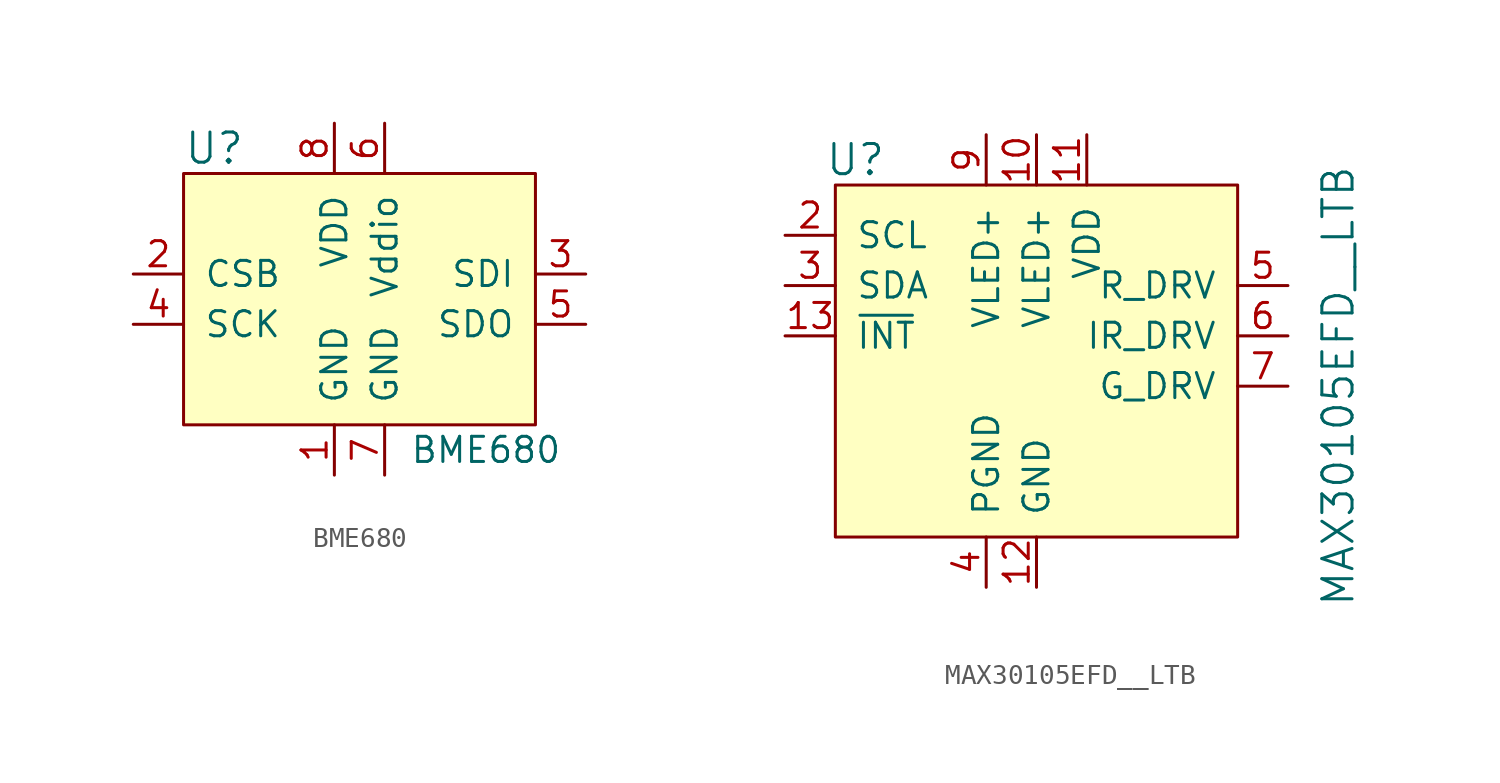
<source format=kicad_sym>
(kicad_symbol_lib
  (version 20211014)
  (generator kicad_symbol_editor)
  (symbol "BME680"
    (pin_names
      (offset 1.016))
    (property "Reference" "U"
      (at -7.62 8.89 0)
      (effects (font (size 1.524 1.524)) (justify left)))
    (property "Value" "BME680"
      (at 3.81 -6.35 0)
      (effects (font (size 1.27 1.27)) (justify left)))
    (symbol "BME680_0_1"
      (rectangle (start -7.62 7.62) (end 10.16 -5.08) (stroke (width 0) (type default) (color 0 0 0 0)) (fill (type background))))
    (symbol "BME680_1_1"
      (pin power_in line (at 0 -7.62 90) (length 2.54) (name "GND" (effects (font (size 1.27 1.27)))) (number "1" (effects (font (size 1.27 1.27)))))
      (pin input line (at -10.16 2.54 0) (length 2.54) (name "CSB" (effects (font (size 1.27 1.27)))) (number "2" (effects (font (size 1.27 1.27)))))
      (pin bidirectional line (at 12.7 2.54 180) (length 2.54) (name "SDI" (effects (font (size 1.27 1.27)))) (number "3" (effects (font (size 1.27 1.27)))))
      (pin input line (at -10.16 0 0) (length 2.54) (name "SCK" (effects (font (size 1.27 1.27)))) (number "4" (effects (font (size 1.27 1.27)))))
      (pin bidirectional line (at 12.7 0 180) (length 2.54) (name "SDO" (effects (font (size 1.27 1.27)))) (number "5" (effects (font (size 1.27 1.27)))))
      (pin power_in line (at 2.54 10.16 270) (length 2.54) (name "Vddio" (effects (font (size 1.27 1.27)))) (number "6" (effects (font (size 1.27 1.27)))))
      (pin power_in line (at 2.54 -7.62 90) (length 2.54) (name "GND" (effects (font (size 1.27 1.27)))) (number "7" (effects (font (size 1.27 1.27)))))
      (pin power_in line (at 0 10.16 270) (length 2.54) (name "VDD" (effects (font (size 1.27 1.27)))) (number "8" (effects (font (size 1.27 1.27)))))))
  (symbol "MAX30105EFD__LTB"
    (pin_names
      (offset 1.016))
    (property "Reference" "U"
      (at -9.144 11.43 0)
      (effects (font (size 1.524 1.524))))
    (property "Value" "MAX30105EFD__LTB"
      (at 15.24 0 90)
      (effects (font (size 1.524 1.524))))
    (symbol "MAX30105EFD__LTB_0_1"
      (rectangle (start -10.16 10.16) (end 10.16 -7.62) (stroke (width 0) (type default) (color 0 0 0 0)) (fill (type background))))
    (symbol "MAX30105EFD__LTB_1_1"
      (pin no_connect line (at -10.16 0 0) (length 2.54) hide (name "NC" (effects (font (size 1.27 1.27)))) (number "1" (effects (font (size 1.27 1.27)))))
      (pin power_in line (at 0 12.7 270) (length 2.54) (name "VLED+" (effects (font (size 1.27 1.27)))) (number "10" (effects (font (size 1.27 1.27)))))
      (pin power_in line (at 2.54 12.7 270) (length 2.54) (name "VDD" (effects (font (size 1.27 1.27)))) (number "11" (effects (font (size 1.27 1.27)))))
      (pin power_in line (at 0 -10.16 90) (length 2.54) (name "GND" (effects (font (size 1.27 1.27)))) (number "12" (effects (font (size 1.27 1.27)))))
      (pin input line (at -12.7 2.54 0) (length 2.54) (name "~{INT}" (effects (font (size 1.27 1.27)))) (number "13" (effects (font (size 1.27 1.27)))))
      (pin no_connect line (at -10.16 -2.54 0) (length 2.54) hide (name "NC" (effects (font (size 1.27 1.27)))) (number "14" (effects (font (size 1.27 1.27)))))
      (pin input line (at -12.7 7.62 0) (length 2.54) (name "SCL" (effects (font (size 1.27 1.27)))) (number "2" (effects (font (size 1.27 1.27)))))
      (pin bidirectional line (at -12.7 5.08 0) (length 2.54) (name "SDA" (effects (font (size 1.27 1.27)))) (number "3" (effects (font (size 1.27 1.27)))))
      (pin power_in line (at -2.54 -10.16 90) (length 2.54) (name "PGND" (effects (font (size 1.27 1.27)))) (number "4" (effects (font (size 1.27 1.27)))))
      (pin output line (at 12.7 5.08 180) (length 2.54) (name "R_DRV" (effects (font (size 1.27 1.27)))) (number "5" (effects (font (size 1.27 1.27)))))
      (pin output line (at 12.7 2.54 180) (length 2.54) (name "IR_DRV" (effects (font (size 1.27 1.27)))) (number "6" (effects (font (size 1.27 1.27)))))
      (pin output line (at 12.7 0 180) (length 2.54) (name "G_DRV" (effects (font (size 1.27 1.27)))) (number "7" (effects (font (size 1.27 1.27)))))
      (pin no_connect line (at -10.16 -5.08 0) (length 2.54) hide (name "NC" (effects (font (size 1.27 1.27)))) (number "8" (effects (font (size 1.27 1.27)))))
      (pin power_in line (at -2.54 12.7 270) (length 2.54) (name "VLED+" (effects (font (size 1.27 1.27)))) (number "9" (effects (font (size 1.27 1.27))))))))
</source>
